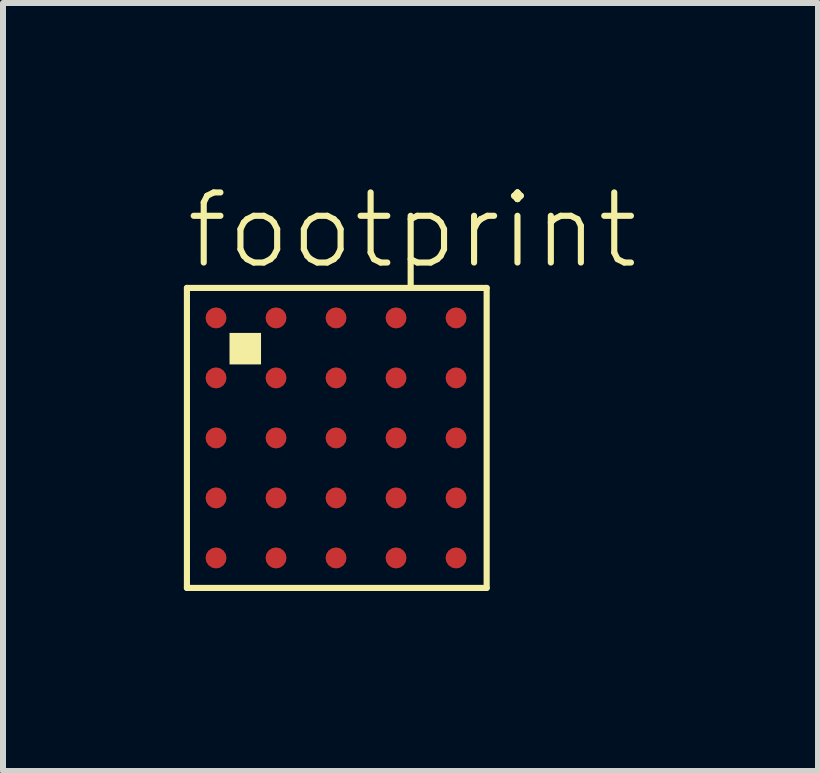
<source format=kicad_pcb>
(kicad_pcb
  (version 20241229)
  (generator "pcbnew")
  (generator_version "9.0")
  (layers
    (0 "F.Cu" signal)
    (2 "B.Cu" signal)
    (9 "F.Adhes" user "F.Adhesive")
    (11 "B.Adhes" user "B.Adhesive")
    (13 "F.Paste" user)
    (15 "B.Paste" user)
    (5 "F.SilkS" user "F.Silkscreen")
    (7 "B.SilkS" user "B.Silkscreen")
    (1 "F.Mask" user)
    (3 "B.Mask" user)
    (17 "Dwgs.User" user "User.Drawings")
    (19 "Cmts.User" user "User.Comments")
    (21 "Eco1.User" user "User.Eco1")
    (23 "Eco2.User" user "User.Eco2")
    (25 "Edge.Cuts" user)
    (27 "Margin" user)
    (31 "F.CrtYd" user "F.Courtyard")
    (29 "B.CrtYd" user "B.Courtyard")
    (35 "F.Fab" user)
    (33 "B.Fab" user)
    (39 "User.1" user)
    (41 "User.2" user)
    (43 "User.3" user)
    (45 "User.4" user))
  (footprint "footprint"
    (layer "F.Cu")
    (at 2.55 4.248)
    (property "Reference" "footprint" (at -2.55 -2.775 0) (layer "F.SilkS") (effects (font (size 1.168 1.168) (thickness 0.102)) (justify left bottom)))
    (fp_circle (center -2 -2) (end -1.9 -2) (stroke (width 0.2) (type solid)) (fill yes) (layer "F.Mask"))
    (fp_circle (center -2 -1) (end -1.9 -1) (stroke (width 0.2) (type solid)) (fill yes) (layer "F.Mask"))
    (fp_circle (center -2 0) (end -1.9 0) (stroke (width 0.2) (type solid)) (fill yes) (layer "F.Mask"))
    (fp_circle (center -2 1) (end -1.9 1) (stroke (width 0.2) (type solid)) (fill yes) (layer "F.Mask"))
    (fp_circle (center -2 2) (end -1.9 2) (stroke (width 0.2) (type solid)) (fill yes) (layer "F.Mask"))
    (fp_circle (center -1 -2) (end -0.9 -2) (stroke (width 0.2) (type solid)) (fill yes) (layer "F.Mask"))
    (fp_circle (center -1 -1) (end -0.9 -1) (stroke (width 0.2) (type solid)) (fill yes) (layer "F.Mask"))
    (fp_circle (center -1 0) (end -0.9 0) (stroke (width 0.2) (type solid)) (fill yes) (layer "F.Mask"))
    (fp_circle (center -1 1) (end -0.9 1) (stroke (width 0.2) (type solid)) (fill yes) (layer "F.Mask"))
    (fp_circle (center -1 2) (end -0.9 2) (stroke (width 0.2) (type solid)) (fill yes) (layer "F.Mask"))
    (fp_circle (center 0 -2) (end 0.1 -2) (stroke (width 0.2) (type solid)) (fill yes) (layer "F.Mask"))
    (fp_circle (center 0 -1) (end 0.1 -1) (stroke (width 0.2) (type solid)) (fill yes) (layer "F.Mask"))
    (fp_circle (center 0 0) (end 0.1 0) (stroke (width 0.2) (type solid)) (fill yes) (layer "F.Mask"))
    (fp_circle (center 0 1) (end 0.1 1) (stroke (width 0.2) (type solid)) (fill yes) (layer "F.Mask"))
    (fp_circle (center 0 2) (end 0.1 2) (stroke (width 0.2) (type solid)) (fill yes) (layer "F.Mask"))
    (fp_circle (center 1 -2) (end 1.1 -2) (stroke (width 0.2) (type solid)) (fill yes) (layer "F.Mask"))
    (fp_circle (center 1 -1) (end 1.1 -1) (stroke (width 0.2) (type solid)) (fill yes) (layer "F.Mask"))
    (fp_circle (center 1 0) (end 1.1 0) (stroke (width 0.2) (type solid)) (fill yes) (layer "F.Mask"))
    (fp_circle (center 1 1) (end 1.1 1) (stroke (width 0.2) (type solid)) (fill yes) (layer "F.Mask"))
    (fp_circle (center 1 2) (end 1.1 2) (stroke (width 0.2) (type solid)) (fill yes) (layer "F.Mask"))
    (fp_circle (center 2 -2) (end 2.1 -2) (stroke (width 0.2) (type solid)) (fill yes) (layer "F.Mask"))
    (fp_circle (center 2 -1) (end 2.1 -1) (stroke (width 0.2) (type solid)) (fill yes) (layer "F.Mask"))
    (fp_circle (center 2 0) (end 2.1 0) (stroke (width 0.2) (type solid)) (fill yes) (layer "F.Mask"))
    (fp_circle (center 2 1) (end 2.1 1) (stroke (width 0.2) (type solid)) (fill yes) (layer "F.Mask"))
    (fp_circle (center 2 2) (end 2.1 2) (stroke (width 0.2) (type solid)) (fill yes) (layer "F.Mask"))
    (fp_line (start -2.485 -2.5) (end 2.51 -2.5) (stroke (width 0.102) (type solid)) (layer "F.SilkS"))
    (fp_line (start -2.485 2.5) (end -2.485 -2.5) (stroke (width 0.102) (type solid)) (layer "F.SilkS"))
    (fp_line (start 2.51 -2.5) (end 2.51 2.5) (stroke (width 0.102) (type solid)) (layer "F.SilkS"))
    (fp_line (start 2.51 2.5) (end -2.485 2.5) (stroke (width 0.102) (type solid)) (layer "F.SilkS"))
    (fp_poly (pts (xy -1.775 -1.225) (xy -1.25 -1.225) (xy -1.25 -1.75) (xy -1.775 -1.75)) (stroke (width 0) (type solid)) (fill yes) (layer "F.SilkS"))
    (pad "A1" smd roundrect (at -2 -2) (size 0.35 0.35) (layers "F.Cu") (roundrect_rratio 0.5))
    (pad "A2" smd roundrect (at -1 -2) (size 0.35 0.35) (layers "F.Cu") (roundrect_rratio 0.5))
    (pad "A3" smd roundrect (at 0 -2) (size 0.35 0.35) (layers "F.Cu") (roundrect_rratio 0.5))
    (pad "A4" smd roundrect (at 1 -2) (size 0.35 0.35) (layers "F.Cu") (roundrect_rratio 0.5))
    (pad "A5" smd roundrect (at 2 -2) (size 0.35 0.35) (layers "F.Cu") (roundrect_rratio 0.5))
    (pad "B1" smd roundrect (at -2 -1) (size 0.35 0.35) (layers "F.Cu") (roundrect_rratio 0.5))
    (pad "B2" smd roundrect (at -1 -1) (size 0.35 0.35) (layers "F.Cu") (roundrect_rratio 0.5))
    (pad "B3" smd roundrect (at 0 -1) (size 0.35 0.35) (layers "F.Cu") (roundrect_rratio 0.5))
    (pad "B4" smd roundrect (at 1 -1) (size 0.35 0.35) (layers "F.Cu") (roundrect_rratio 0.5))
    (pad "B5" smd roundrect (at 2 -1) (size 0.35 0.35) (layers "F.Cu") (roundrect_rratio 0.5))
    (pad "C1" smd roundrect (at -2 0) (size 0.35 0.35) (layers "F.Cu") (roundrect_rratio 0.5))
    (pad "C2" smd roundrect (at -1 0) (size 0.35 0.35) (layers "F.Cu") (roundrect_rratio 0.5))
    (pad "C4" smd roundrect (at 1 0) (size 0.35 0.35) (layers "F.Cu") (roundrect_rratio 0.5))
    (pad "C5" smd roundrect (at 2 0) (size 0.35 0.35) (layers "F.Cu") (roundrect_rratio 0.5))
    (pad "C:\\GH\\oomlout_OOMP_V2\\oomlout_OOMP_eda_V2\\FOOTPRINT\\eagle\\eagle-default\\maxim\\UCSP25\\image.png" smd roundrect (at 0 0) (size 0.35 0.35) (layers "F.Cu") (roundrect_rratio 0.5))
    (pad "D1" smd roundrect (at -2 1) (size 0.35 0.35) (layers "F.Cu") (roundrect_rratio 0.5))
    (pad "D2" smd roundrect (at -1 1) (size 0.35 0.35) (layers "F.Cu") (roundrect_rratio 0.5))
    (pad "D3" smd roundrect (at 0 1) (size 0.35 0.35) (layers "F.Cu") (roundrect_rratio 0.5))
    (pad "D4" smd roundrect (at 1 1) (size 0.35 0.35) (layers "F.Cu") (roundrect_rratio 0.5))
    (pad "D5" smd roundrect (at 2 1) (size 0.35 0.35) (layers "F.Cu") (roundrect_rratio 0.5))
    (pad "E1" smd roundrect (at -2 2) (size 0.35 0.35) (layers "F.Cu") (roundrect_rratio 0.5))
    (pad "E2" smd roundrect (at -1 2) (size 0.35 0.35) (layers "F.Cu") (roundrect_rratio 0.5))
    (pad "E3" smd roundrect (at 0 2) (size 0.35 0.35) (layers "F.Cu") (roundrect_rratio 0.5))
    (pad "E4" smd roundrect (at 1 2) (size 0.35 0.35) (layers "F.Cu") (roundrect_rratio 0.5))
    (pad "E5" smd roundrect (at 2 2) (size 0.35 0.35) (layers "F.Cu") (roundrect_rratio 0.5)))
  (gr_rect
    (start -3 -3)
    (end 10.582 9.799)
    (stroke (width 0.1) (type default))
    (fill no)
    (layer "Edge.Cuts")))
</source>
